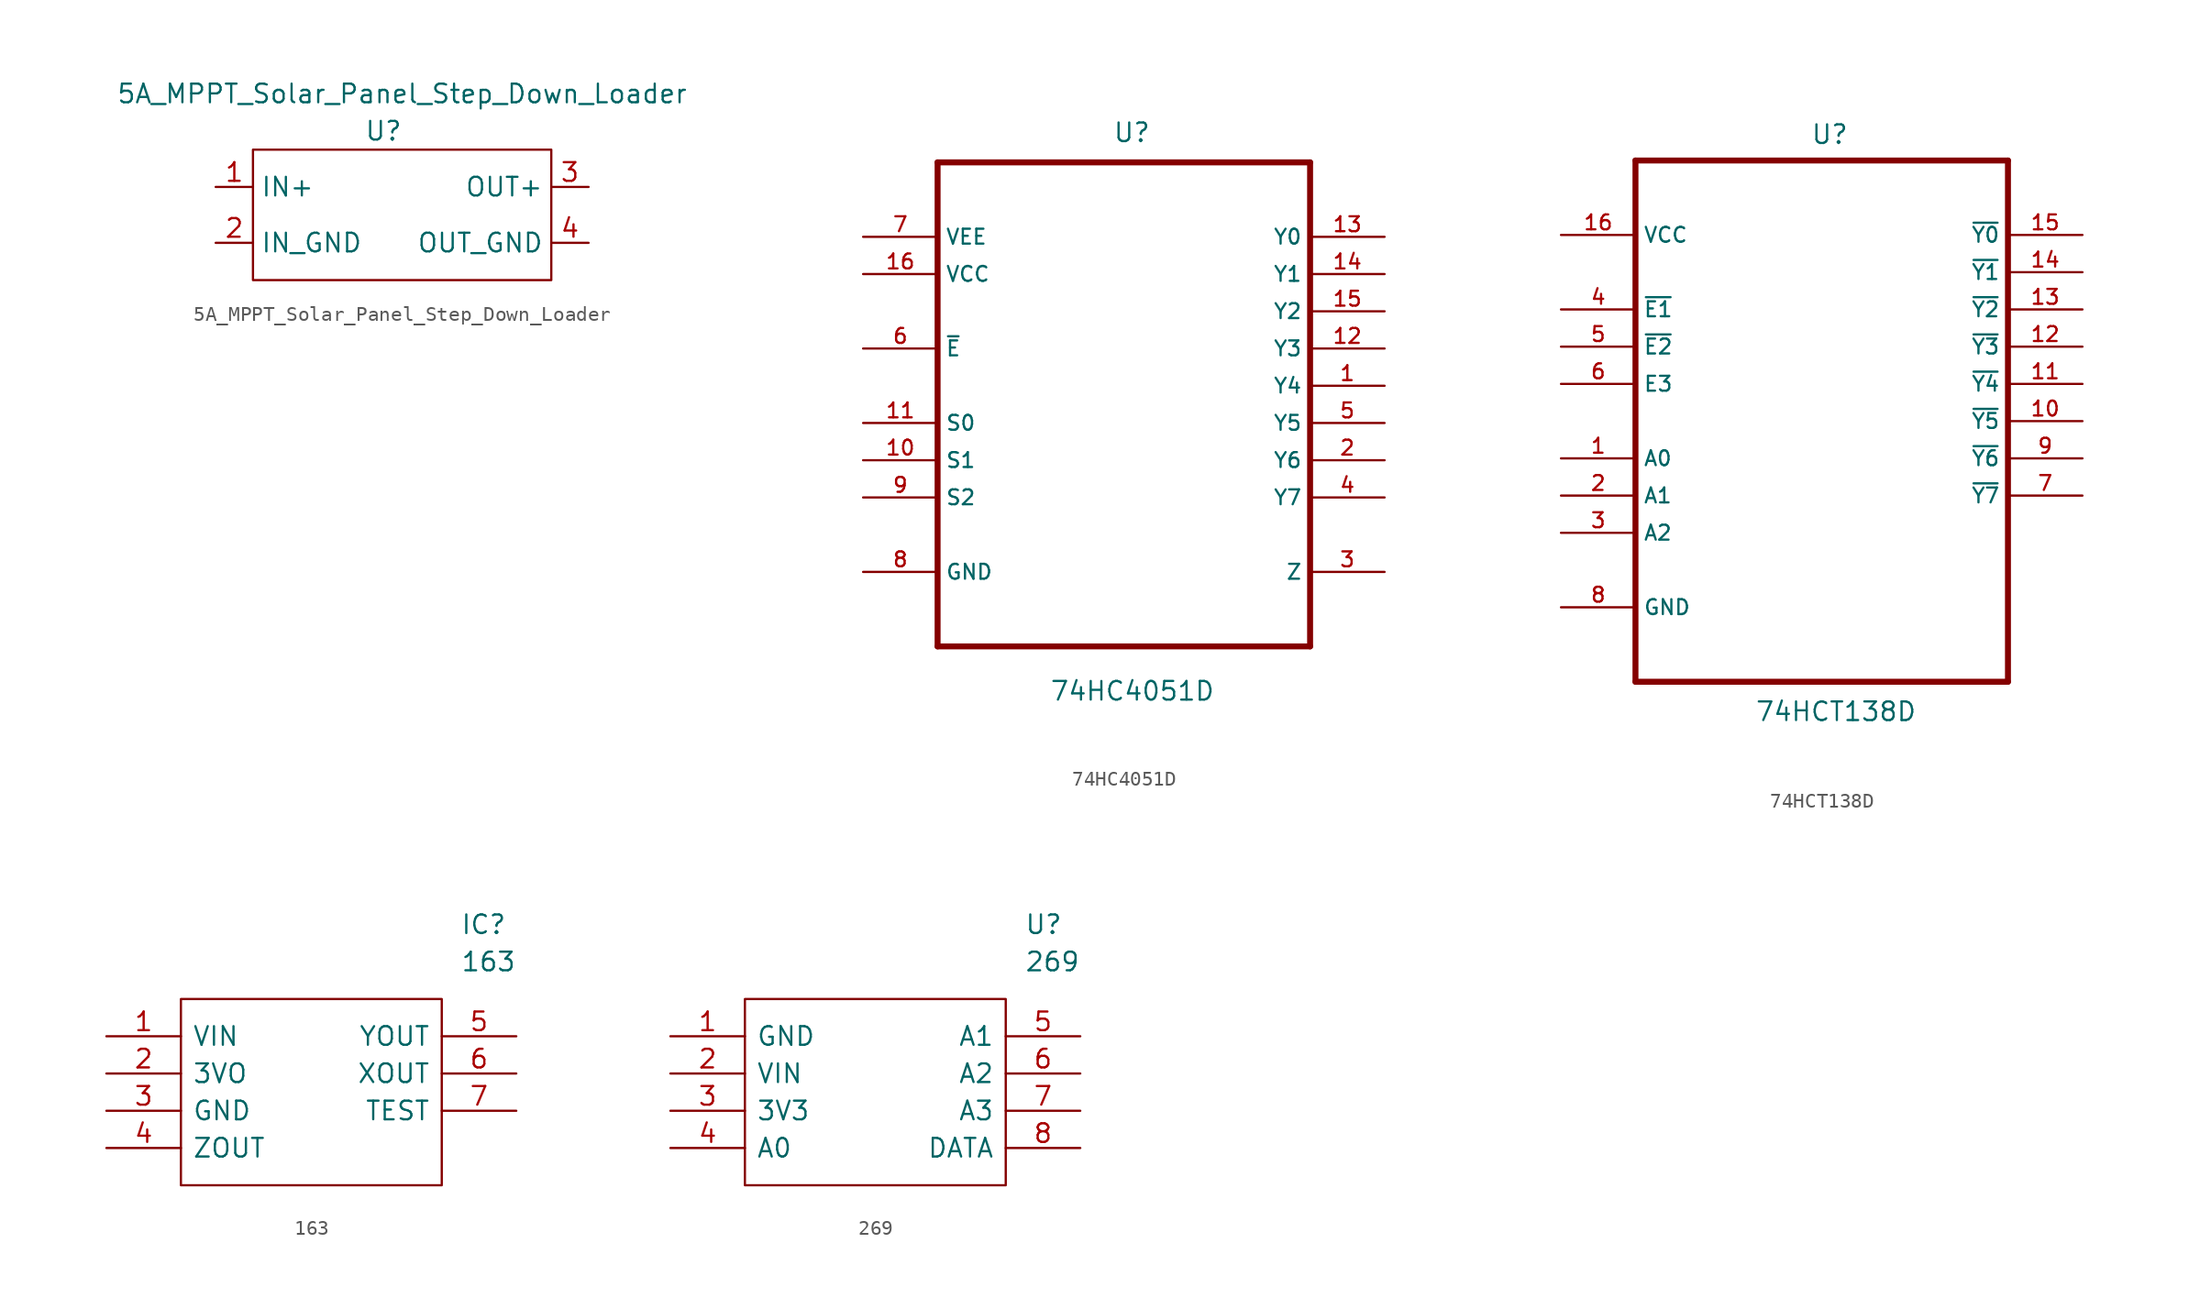
<source format=kicad_sym>
(kicad_symbol_lib
  (version 20201005)
  (generator kicad_symbol_editor)
  (symbol "Zimprich_neu:5A_MPPT_Solar_Panel_Step_Down_Loader"
    (property "Reference" "U"
      (at -1.27 5.08 0)
      (effects (font (size 1.27 1.27))))
    (property "Value" "5A_MPPT_Solar_Panel_Step_Down_Loader"
      (at 0 7.62 0)
      (effects (font (size 1.27 1.27))))
    (symbol "5A_MPPT_Solar_Panel_Step_Down_Loader_0_1"
      (rectangle (start -10.16 3.81) (end 10.16 -5.08) (stroke (width 0)) (fill (type none))))
    (symbol "5A_MPPT_Solar_Panel_Step_Down_Loader_1_1"
      (pin input line (at -12.7 1.27 0) (length 2.54) (name "IN+" (effects (font (size 1.27 1.27)))) (number "1" (effects (font (size 1.27 1.27)))))
      (pin input line (at -12.7 -2.54 0) (length 2.54) (name "IN_GND" (effects (font (size 1.27 1.27)))) (number "2" (effects (font (size 1.27 1.27)))))
      (pin input line (at 12.7 1.27 180) (length 2.54) (name "OUT+" (effects (font (size 1.27 1.27)))) (number "3" (effects (font (size 1.27 1.27)))))
      (pin input line (at 12.7 -2.54 180) (length 2.54) (name "OUT_GND" (effects (font (size 1.27 1.27)))) (number "4" (effects (font (size 1.27 1.27)))))))
  (symbol "Zimprich_neu:74HC4051D"
    (property "Reference" "U"
      (at -0.762 14.732 0)
      (effects (font (size 1.27 1.27)) (justify left)))
    (property "Value" "74HC4051D"
      (at -5.08 -23.368 0)
      (effects (font (size 1.27 1.27)) (justify left)))
    (symbol "74HC4051D_0_0"
      (polyline (pts (xy -12.7 -20.32) (xy 12.7 -20.32)) (stroke (width 0.406)) (fill (type none)))
      (polyline (pts (xy -12.7 12.7) (xy -12.7 -20.32)) (stroke (width 0.406)) (fill (type none)))
      (polyline (pts (xy 12.7 -20.32) (xy 12.7 12.7)) (stroke (width 0.406)) (fill (type none)))
      (polyline (pts (xy 12.7 12.7) (xy -12.7 12.7)) (stroke (width 0.406)) (fill (type none)))
      (pin bidirectional line (at 17.78 -2.54 180) (length 5.08) (name "Y4" (effects (font (size 1.016 1.016)))) (number "1" (effects (font (size 1.016 1.016)))))
      (pin input line (at -17.78 -7.62 0) (length 5.08) (name "S1" (effects (font (size 1.016 1.016)))) (number "10" (effects (font (size 1.016 1.016)))))
      (pin input line (at -17.78 -5.08 0) (length 5.08) (name "S0" (effects (font (size 1.016 1.016)))) (number "11" (effects (font (size 1.016 1.016)))))
      (pin bidirectional line (at 17.78 0 180) (length 5.08) (name "Y3" (effects (font (size 1.016 1.016)))) (number "12" (effects (font (size 1.016 1.016)))))
      (pin bidirectional line (at 17.78 7.62 180) (length 5.08) (name "Y0" (effects (font (size 1.016 1.016)))) (number "13" (effects (font (size 1.016 1.016)))))
      (pin bidirectional line (at 17.78 5.08 180) (length 5.08) (name "Y1" (effects (font (size 1.016 1.016)))) (number "14" (effects (font (size 1.016 1.016)))))
      (pin bidirectional line (at 17.78 2.54 180) (length 5.08) (name "Y2" (effects (font (size 1.016 1.016)))) (number "15" (effects (font (size 1.016 1.016)))))
      (pin input line (at -17.78 5.08 0) (length 5.08) (name "VCC" (effects (font (size 1.016 1.016)))) (number "16" (effects (font (size 1.016 1.016)))))
      (pin bidirectional line (at 17.78 -7.62 180) (length 5.08) (name "Y6" (effects (font (size 1.016 1.016)))) (number "2" (effects (font (size 1.016 1.016)))))
      (pin bidirectional line (at 17.78 -15.24 180) (length 5.08) (name "Z" (effects (font (size 1.016 1.016)))) (number "3" (effects (font (size 1.016 1.016)))))
      (pin bidirectional line (at 17.78 -10.16 180) (length 5.08) (name "Y7" (effects (font (size 1.016 1.016)))) (number "4" (effects (font (size 1.016 1.016)))))
      (pin bidirectional line (at 17.78 -5.08 180) (length 5.08) (name "Y5" (effects (font (size 1.016 1.016)))) (number "5" (effects (font (size 1.016 1.016)))))
      (pin input line (at -17.78 0 0) (length 5.08) (name "~E" (effects (font (size 1.016 1.016)))) (number "6" (effects (font (size 1.016 1.016)))))
      (pin input line (at -17.78 7.62 0) (length 5.08) (name "VEE" (effects (font (size 1.016 1.016)))) (number "7" (effects (font (size 1.016 1.016)))))
      (pin passive line (at -17.78 -15.24 0) (length 5.08) (name "GND" (effects (font (size 1.016 1.016)))) (number "8" (effects (font (size 1.016 1.016)))))
      (pin input line (at -17.78 -10.16 0) (length 5.08) (name "S2" (effects (font (size 1.016 1.016)))) (number "9" (effects (font (size 1.016 1.016)))))))
  (symbol "Zimprich_neu:74HCT138D"
    (property "Reference" "U"
      (at -0.762 17.018 0)
      (effects (font (size 1.27 1.27)) (justify left)))
    (property "Value" "74HCT138D"
      (at -4.572 -22.352 0)
      (effects (font (size 1.27 1.27)) (justify left)))
    (property "ki_locked" ""
      (at 0 0 0)
      (effects (font (size 1.27 1.27))))
    (symbol "74HCT138D_0_0"
      (polyline (pts (xy -12.7 -20.32) (xy 12.7 -20.32)) (stroke (width 0.406)) (fill (type none)))
      (polyline (pts (xy -12.7 15.24) (xy -12.7 -20.32)) (stroke (width 0.406)) (fill (type none)))
      (polyline (pts (xy 12.7 -20.32) (xy 12.7 15.24)) (stroke (width 0.406)) (fill (type none)))
      (polyline (pts (xy 12.7 15.24) (xy -12.7 15.24)) (stroke (width 0.406)) (fill (type none)))
      (pin input line (at -17.78 -5.08 0) (length 5.08) (name "A0" (effects (font (size 1.016 1.016)))) (number "1" (effects (font (size 1.016 1.016)))))
      (pin output line (at 17.78 -2.54 180) (length 5.08) (name "~Y5" (effects (font (size 1.016 1.016)))) (number "10" (effects (font (size 1.016 1.016)))))
      (pin output line (at 17.78 0 180) (length 5.08) (name "~Y4" (effects (font (size 1.016 1.016)))) (number "11" (effects (font (size 1.016 1.016)))))
      (pin output line (at 17.78 2.54 180) (length 5.08) (name "~Y3" (effects (font (size 1.016 1.016)))) (number "12" (effects (font (size 1.016 1.016)))))
      (pin output line (at 17.78 5.08 180) (length 5.08) (name "~Y2" (effects (font (size 1.016 1.016)))) (number "13" (effects (font (size 1.016 1.016)))))
      (pin output line (at 17.78 7.62 180) (length 5.08) (name "~Y1" (effects (font (size 1.016 1.016)))) (number "14" (effects (font (size 1.016 1.016)))))
      (pin output line (at 17.78 10.16 180) (length 5.08) (name "~Y0" (effects (font (size 1.016 1.016)))) (number "15" (effects (font (size 1.016 1.016)))))
      (pin input line (at -17.78 10.16 0) (length 5.08) (name "VCC" (effects (font (size 1.016 1.016)))) (number "16" (effects (font (size 1.016 1.016)))))
      (pin input line (at -17.78 -7.62 0) (length 5.08) (name "A1" (effects (font (size 1.016 1.016)))) (number "2" (effects (font (size 1.016 1.016)))))
      (pin input line (at -17.78 -10.16 0) (length 5.08) (name "A2" (effects (font (size 1.016 1.016)))) (number "3" (effects (font (size 1.016 1.016)))))
      (pin input line (at -17.78 5.08 0) (length 5.08) (name "~E1" (effects (font (size 1.016 1.016)))) (number "4" (effects (font (size 1.016 1.016)))))
      (pin input line (at -17.78 2.54 0) (length 5.08) (name "~E2" (effects (font (size 1.016 1.016)))) (number "5" (effects (font (size 1.016 1.016)))))
      (pin input line (at -17.78 0 0) (length 5.08) (name "E3" (effects (font (size 1.016 1.016)))) (number "6" (effects (font (size 1.016 1.016)))))
      (pin output line (at 17.78 -7.62 180) (length 5.08) (name "~Y7" (effects (font (size 1.016 1.016)))) (number "7" (effects (font (size 1.016 1.016)))))
      (pin passive line (at -17.78 -15.24 0) (length 5.08) (name "GND" (effects (font (size 1.016 1.016)))) (number "8" (effects (font (size 1.016 1.016)))))
      (pin output line (at 17.78 -5.08 180) (length 5.08) (name "~Y6" (effects (font (size 1.016 1.016)))) (number "9" (effects (font (size 1.016 1.016)))))))
  (symbol "Zimprich_neu:163"
    (pin_names
      (offset 0.762))
    (property "Reference" "IC"
      (at 24.13 7.62 0)
      (effects (font (size 1.27 1.27)) (justify left)))
    (property "Value" "163"
      (at 24.13 5.08 0)
      (effects (font (size 1.27 1.27)) (justify left)))
    (symbol "163_0_1"
      (polyline (pts (xy 5.08 2.54) (xy 22.86 2.54) (xy 22.86 -10.16) (xy 5.08 -10.16) (xy 5.08 2.54)) (stroke (width 0.152)) (fill (type none))))
    (symbol "163_0_0"
      (pin bidirectional line (at 0 0 0) (length 5.08) (name "VIN" (effects (font (size 1.27 1.27)))) (number "1" (effects (font (size 1.27 1.27)))))
      (pin bidirectional line (at 0 -2.54 0) (length 5.08) (name "3VO" (effects (font (size 1.27 1.27)))) (number "2" (effects (font (size 1.27 1.27)))))
      (pin bidirectional line (at 0 -5.08 0) (length 5.08) (name "GND" (effects (font (size 1.27 1.27)))) (number "3" (effects (font (size 1.27 1.27)))))
      (pin bidirectional line (at 0 -7.62 0) (length 5.08) (name "ZOUT" (effects (font (size 1.27 1.27)))) (number "4" (effects (font (size 1.27 1.27)))))
      (pin bidirectional line (at 27.94 0 180) (length 5.08) (name "YOUT" (effects (font (size 1.27 1.27)))) (number "5" (effects (font (size 1.27 1.27)))))
      (pin bidirectional line (at 27.94 -2.54 180) (length 5.08) (name "XOUT" (effects (font (size 1.27 1.27)))) (number "6" (effects (font (size 1.27 1.27)))))
      (pin bidirectional line (at 27.94 -5.08 180) (length 5.08) (name "TEST" (effects (font (size 1.27 1.27)))) (number "7" (effects (font (size 1.27 1.27)))))))
  (symbol "Zimprich_neu:269"
    (pin_names
      (offset 0.762))
    (property "Reference" "U"
      (at 24.13 7.62 0)
      (effects (font (size 1.27 1.27)) (justify left)))
    (property "Value" "269"
      (at 24.13 5.08 0)
      (effects (font (size 1.27 1.27)) (justify left)))
    (symbol "269_0_1"
      (polyline (pts (xy 5.08 2.54) (xy 22.86 2.54) (xy 22.86 -10.16) (xy 5.08 -10.16) (xy 5.08 2.54)) (stroke (width 0.152)) (fill (type none))))
    (symbol "269_0_0"
      (pin bidirectional line (at 0 0 0) (length 5.08) (name "GND" (effects (font (size 1.27 1.27)))) (number "1" (effects (font (size 1.27 1.27)))))
      (pin bidirectional line (at 0 -2.54 0) (length 5.08) (name "VIN" (effects (font (size 1.27 1.27)))) (number "2" (effects (font (size 1.27 1.27)))))
      (pin bidirectional line (at 0 -5.08 0) (length 5.08) (name "3V3" (effects (font (size 1.27 1.27)))) (number "3" (effects (font (size 1.27 1.27)))))
      (pin bidirectional line (at 0 -7.62 0) (length 5.08) (name "A0" (effects (font (size 1.27 1.27)))) (number "4" (effects (font (size 1.27 1.27)))))
      (pin bidirectional line (at 27.94 0 180) (length 5.08) (name "A1" (effects (font (size 1.27 1.27)))) (number "5" (effects (font (size 1.27 1.27)))))
      (pin bidirectional line (at 27.94 -2.54 180) (length 5.08) (name "A2" (effects (font (size 1.27 1.27)))) (number "6" (effects (font (size 1.27 1.27)))))
      (pin bidirectional line (at 27.94 -5.08 180) (length 5.08) (name "A3" (effects (font (size 1.27 1.27)))) (number "7" (effects (font (size 1.27 1.27)))))
      (pin bidirectional line (at 27.94 -7.62 180) (length 5.08) (name "DATA" (effects (font (size 1.27 1.27)))) (number "8" (effects (font (size 1.27 1.27))))))))
</source>
